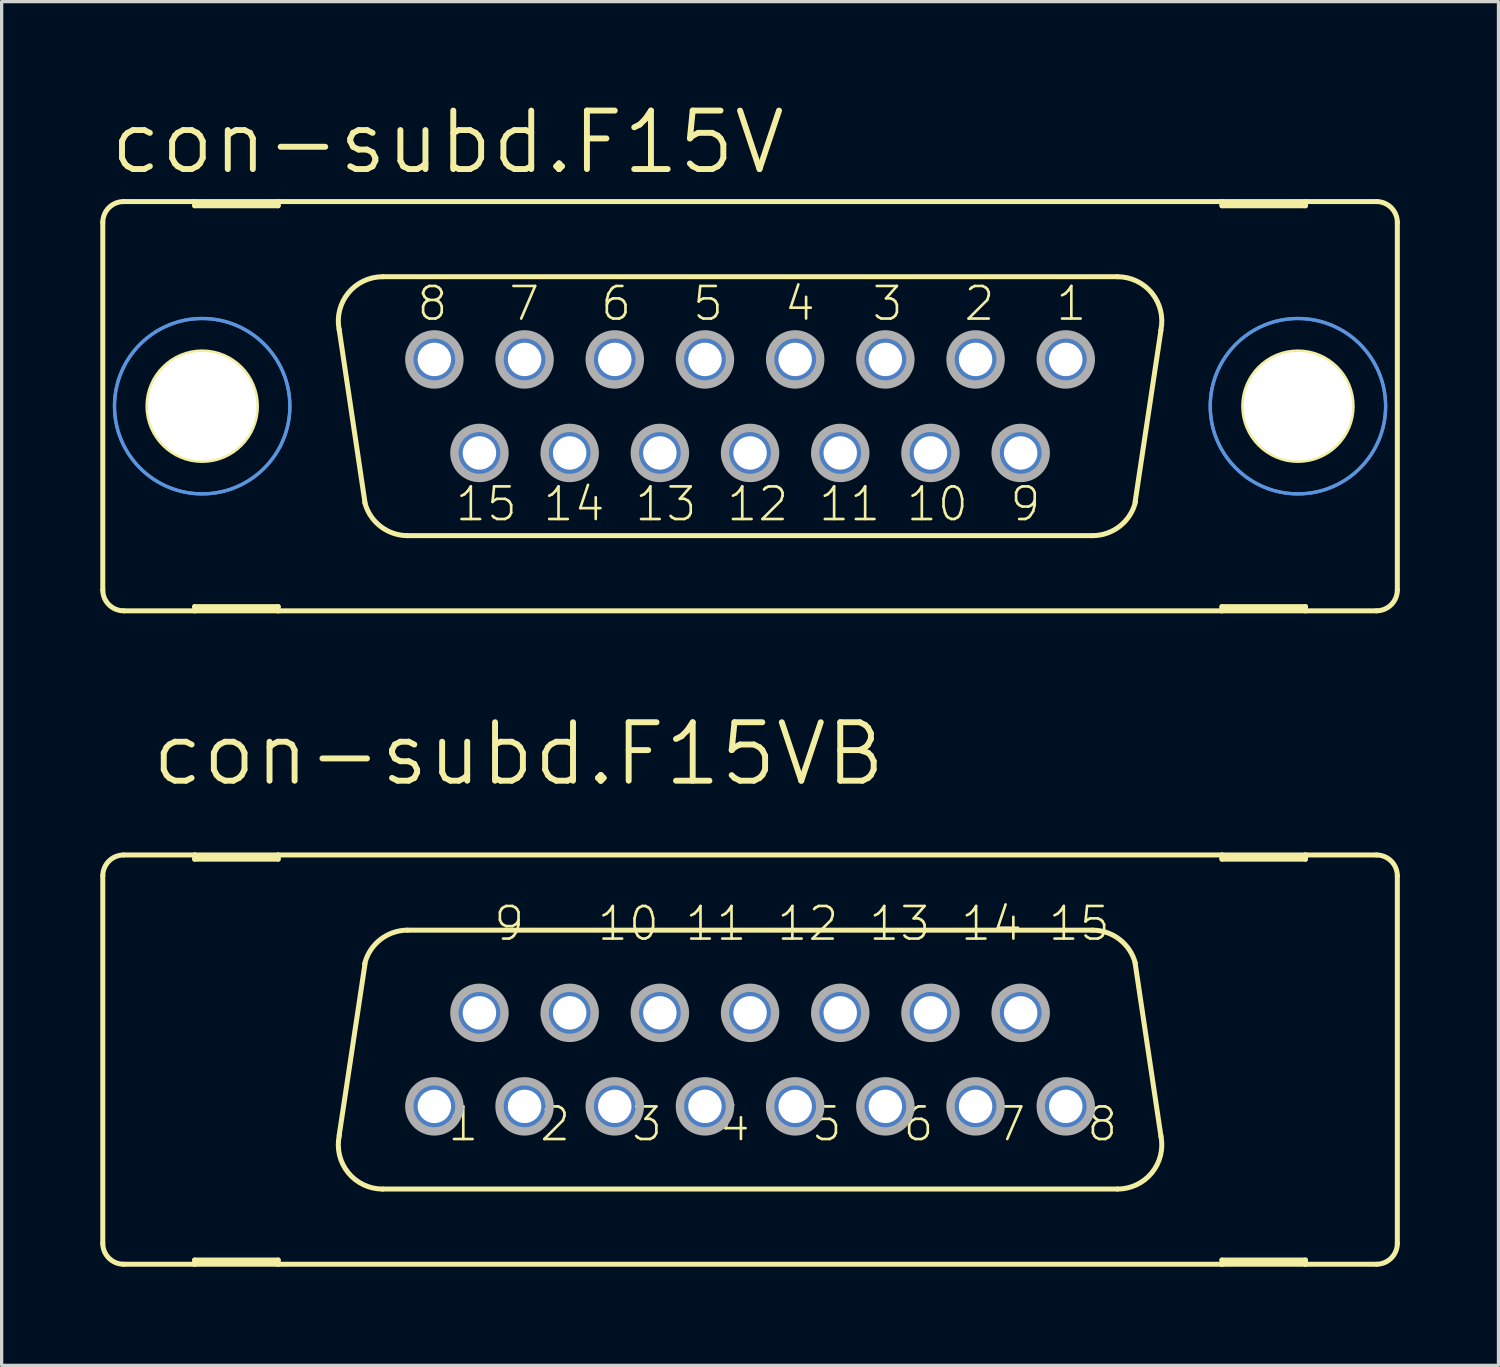
<source format=kicad_pcb>
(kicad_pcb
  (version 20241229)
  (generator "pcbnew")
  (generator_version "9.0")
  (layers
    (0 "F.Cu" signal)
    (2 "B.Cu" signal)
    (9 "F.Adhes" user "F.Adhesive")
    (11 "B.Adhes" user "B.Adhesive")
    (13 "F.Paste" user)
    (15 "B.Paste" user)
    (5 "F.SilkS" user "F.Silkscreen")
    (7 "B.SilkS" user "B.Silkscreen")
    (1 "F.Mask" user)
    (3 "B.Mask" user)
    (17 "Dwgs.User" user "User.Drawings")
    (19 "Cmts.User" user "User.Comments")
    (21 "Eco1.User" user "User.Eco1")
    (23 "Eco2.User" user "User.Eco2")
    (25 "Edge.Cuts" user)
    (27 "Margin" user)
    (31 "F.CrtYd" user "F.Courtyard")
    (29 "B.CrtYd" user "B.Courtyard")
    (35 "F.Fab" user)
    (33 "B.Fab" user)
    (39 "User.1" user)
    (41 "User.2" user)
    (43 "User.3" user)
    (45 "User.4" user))
  (footprint "con-subd.F15V"
    (layer "F.Cu")
    (at 19.761 9.303)
    (property "Reference" "con-subd.F15V" (at -19.558 -6.985 0) (layer "F.SilkS") (effects (font (size 1.778 1.778) (thickness 0.18)) (justify left bottom)))
    (attr through_hole)
    (fp_line (start -19.685 -5.588) (end -19.685 5.588) (stroke (width 0.152) (type default)) (layer "F.SilkS"))
    (fp_line (start -19.05 6.223) (end -16.891 6.223) (stroke (width 0.152) (type default)) (layer "F.SilkS"))
    (fp_line (start -16.891 -6.223) (end -19.05 -6.223) (stroke (width 0.152) (type default)) (layer "F.SilkS"))
    (fp_line (start -16.891 -6.223) (end -16.891 -6.096) (stroke (width 0.152) (type default)) (layer "F.SilkS"))
    (fp_line (start -16.891 -6.096) (end -14.351 -6.096) (stroke (width 0.152) (type default)) (layer "F.SilkS"))
    (fp_line (start -16.891 6.096) (end -14.351 6.096) (stroke (width 0.152) (type default)) (layer "F.SilkS"))
    (fp_line (start -16.891 6.223) (end -16.891 6.096) (stroke (width 0.152) (type default)) (layer "F.SilkS"))
    (fp_line (start -16.891 6.223) (end -14.351 6.223) (stroke (width 0.152) (type default)) (layer "F.SilkS"))
    (fp_line (start -14.351 -6.223) (end -16.891 -6.223) (stroke (width 0.152) (type default)) (layer "F.SilkS"))
    (fp_line (start -14.351 -6.096) (end -14.351 -6.223) (stroke (width 0.152) (type default)) (layer "F.SilkS"))
    (fp_line (start -14.351 6.096) (end -14.351 6.223) (stroke (width 0.152) (type default)) (layer "F.SilkS"))
    (fp_line (start -14.351 6.223) (end 14.351 6.223) (stroke (width 0.152) (type default)) (layer "F.SilkS"))
    (fp_line (start -11.709 2.946) (end -12.497 -2.337) (stroke (width 0.152) (type default)) (layer "F.SilkS"))
    (fp_line (start -11.176 -3.937) (end 11.176 -3.937) (stroke (width 0.152) (type default)) (layer "F.SilkS"))
    (fp_line (start -10.414 3.937) (end 10.414 3.937) (stroke (width 0.152) (type default)) (layer "F.SilkS"))
    (fp_line (start 12.497 -2.311) (end 11.709 2.921) (stroke (width 0.152) (type default)) (layer "F.SilkS"))
    (fp_line (start 14.351 -6.223) (end -14.351 -6.223) (stroke (width 0.152) (type default)) (layer "F.SilkS"))
    (fp_line (start 14.351 -6.223) (end 14.351 -6.096) (stroke (width 0.152) (type default)) (layer "F.SilkS"))
    (fp_line (start 14.351 -6.096) (end 16.891 -6.096) (stroke (width 0.152) (type default)) (layer "F.SilkS"))
    (fp_line (start 14.351 6.096) (end 16.891 6.096) (stroke (width 0.152) (type default)) (layer "F.SilkS"))
    (fp_line (start 14.351 6.223) (end 14.351 6.096) (stroke (width 0.152) (type default)) (layer "F.SilkS"))
    (fp_line (start 14.351 6.223) (end 16.891 6.223) (stroke (width 0.152) (type default)) (layer "F.SilkS"))
    (fp_line (start 16.891 -6.223) (end 14.351 -6.223) (stroke (width 0.152) (type default)) (layer "F.SilkS"))
    (fp_line (start 16.891 -6.096) (end 16.891 -6.223) (stroke (width 0.152) (type default)) (layer "F.SilkS"))
    (fp_line (start 16.891 6.096) (end 16.891 6.223) (stroke (width 0.152) (type default)) (layer "F.SilkS"))
    (fp_line (start 16.891 6.223) (end 19.05 6.223) (stroke (width 0.152) (type default)) (layer "F.SilkS"))
    (fp_line (start 19.05 -6.223) (end 16.891 -6.223) (stroke (width 0.152) (type default)) (layer "F.SilkS"))
    (fp_line (start 19.685 -5.588) (end 19.685 5.588) (stroke (width 0.152) (type default)) (layer "F.SilkS"))
    (fp_arc (start -19.685 -5.588) (mid -19.499013 -6.037013) (end -19.05 -6.223) (stroke (width 0.1524) (type default)) (layer "F.SilkS"))
    (fp_arc (start -19.05 6.223) (mid -19.499013 6.037013) (end -19.685 5.588) (stroke (width 0.1524) (type default)) (layer "F.SilkS"))
    (fp_arc (start -12.4961 -2.3268) (mid -12.217082 -3.444284) (end -11.176 -3.937) (stroke (width 0.1524) (type default)) (layer "F.SilkS"))
    (fp_arc (start -10.414 3.937) (mid -11.2375 3.655746) (end -11.7169 2.9295) (stroke (width 0.1524) (type default)) (layer "F.SilkS"))
    (fp_arc (start 11.176 -3.937) (mid 12.224556 -3.435184) (end 12.4915 -2.3038) (stroke (width 0.1524) (type default)) (layer "F.SilkS"))
    (fp_arc (start 11.7227 2.905) (mid 11.247256 3.647874) (end 10.414 3.937) (stroke (width 0.1524) (type default)) (layer "F.SilkS"))
    (fp_arc (start 19.05 -6.223) (mid 19.499013 -6.037013) (end 19.685 -5.588) (stroke (width 0.1524) (type default)) (layer "F.SilkS"))
    (fp_arc (start 19.685 5.588) (mid 19.499013 6.037013) (end 19.05 6.223) (stroke (width 0.1524) (type default)) (layer "F.SilkS"))
    (fp_circle (center -16.662 0) (end -15.011 0) (stroke (width 0.152) (type default)) (fill no) (layer "F.SilkS"))
    (fp_circle (center 16.662 0) (end 18.313 0) (stroke (width 0.152) (type default)) (fill no) (layer "F.SilkS"))
    (fp_circle (center -16.662 0) (end -13.995 0) (stroke (width 0.1) (type default)) (fill no) (layer "Cmts.User"))
    (fp_circle (center -16.662 0) (end -13.995 0) (stroke (width 0.1) (type default)) (fill no) (layer "Cmts.User"))
    (fp_circle (center 16.662 0) (end 19.329 0) (stroke (width 0.1) (type default)) (fill no) (layer "Cmts.User"))
    (fp_circle (center 16.662 0) (end 19.329 0) (stroke (width 0.1) (type default)) (fill no) (layer "Cmts.User"))
    (fp_circle (center -9.601 -1.422) (end -8.839 -1.422) (stroke (width 0.254) (type default)) (fill no) (layer "F.Fab"))
    (fp_circle (center -8.23 1.422) (end -7.468 1.422) (stroke (width 0.254) (type default)) (fill no) (layer "F.Fab"))
    (fp_circle (center -6.858 -1.422) (end -6.096 -1.422) (stroke (width 0.254) (type default)) (fill no) (layer "F.Fab"))
    (fp_circle (center -5.486 1.422) (end -4.724 1.422) (stroke (width 0.254) (type default)) (fill no) (layer "F.Fab"))
    (fp_circle (center -4.115 -1.422) (end -3.353 -1.422) (stroke (width 0.254) (type default)) (fill no) (layer "F.Fab"))
    (fp_circle (center -2.743 1.422) (end -1.981 1.422) (stroke (width 0.254) (type default)) (fill no) (layer "F.Fab"))
    (fp_circle (center -1.372 -1.422) (end -0.61 -1.422) (stroke (width 0.254) (type default)) (fill no) (layer "F.Fab"))
    (fp_circle (center 0 1.422) (end 0.762 1.422) (stroke (width 0.254) (type default)) (fill no) (layer "F.Fab"))
    (fp_circle (center 1.372 -1.422) (end 2.134 -1.422) (stroke (width 0.254) (type default)) (fill no) (layer "F.Fab"))
    (fp_circle (center 2.743 1.422) (end 3.505 1.422) (stroke (width 0.254) (type default)) (fill no) (layer "F.Fab"))
    (fp_circle (center 4.115 -1.422) (end 4.877 -1.422) (stroke (width 0.254) (type default)) (fill no) (layer "F.Fab"))
    (fp_circle (center 5.486 1.422) (end 6.248 1.422) (stroke (width 0.254) (type default)) (fill no) (layer "F.Fab"))
    (fp_circle (center 6.858 -1.422) (end 7.62 -1.422) (stroke (width 0.254) (type default)) (fill no) (layer "F.Fab"))
    (fp_circle (center 8.23 1.422) (end 8.992 1.422) (stroke (width 0.254) (type default)) (fill no) (layer "F.Fab"))
    (fp_circle (center 9.601 -1.422) (end 10.363 -1.422) (stroke (width 0.254) (type default)) (fill no) (layer "F.Fab"))
    (fp_text user "13" (at -3.556 3.556 0) (layer "F.SilkS") (effects (font (size 0.991 0.991) (thickness 0.08)) (justify left bottom)))
    (fp_text user "14" (at -6.35 3.556 0) (layer "F.SilkS") (effects (font (size 0.991 0.991) (thickness 0.08)) (justify left bottom)))
    (fp_text user "12" (at -0.762 3.556 0) (layer "F.SilkS") (effects (font (size 0.991 0.991) (thickness 0.08)) (justify left bottom)))
    (fp_text user "5" (at -1.803 -2.54 0) (layer "F.SilkS") (effects (font (size 0.991 0.991) (thickness 0.08)) (justify left bottom)))
    (fp_text user "4" (at 0.991 -2.54 0) (layer "F.SilkS") (effects (font (size 0.991 0.991) (thickness 0.08)) (justify left bottom)))
    (fp_text user "9" (at 7.849 3.556 0) (layer "F.SilkS") (effects (font (size 0.991 0.991) (thickness 0.08)) (justify left bottom)))
    (fp_text user "10" (at 4.699 3.556 0) (layer "F.SilkS") (effects (font (size 0.991 0.991) (thickness 0.08)) (justify left bottom)))
    (fp_text user "2" (at 6.452 -2.54 0) (layer "F.SilkS") (effects (font (size 0.991 0.991) (thickness 0.08)) (justify left bottom)))
    (fp_text user "11" (at 2.032 3.556 0) (layer "F.SilkS") (effects (font (size 0.991 0.991) (thickness 0.08)) (justify left bottom)))
    (fp_text user "8" (at -10.185 -2.54 0) (layer "F.SilkS") (effects (font (size 0.991 0.991) (thickness 0.08)) (justify left bottom)))
    (fp_text user "3" (at 3.658 -2.54 0) (layer "F.SilkS") (effects (font (size 0.991 0.991) (thickness 0.08)) (justify left bottom)))
    (fp_text user "7" (at -7.391 -2.54 0) (layer "F.SilkS") (effects (font (size 0.991 0.991) (thickness 0.08)) (justify left bottom)))
    (fp_text user "15" (at -9.017 3.556 0) (layer "F.SilkS") (effects (font (size 0.991 0.991) (thickness 0.08)) (justify left bottom)))
    (fp_text user "6" (at -4.597 -2.54 0) (layer "F.SilkS") (effects (font (size 0.991 0.991) (thickness 0.08)) (justify left bottom)))
    (fp_text user "1" (at 9.246 -2.54 0) (layer "F.SilkS") (effects (font (size 0.991 0.991) (thickness 0.08)) (justify left bottom)))
    (pad "" np_thru_hole circle (at -16.662 0) (size 3.302 3.302) (drill 3.302) (layers "*.Cu" "*.Mask"))
    (pad "" np_thru_hole circle (at 16.662 0) (size 3.302 3.302) (drill 3.302) (layers "*.Cu" "*.Mask"))
    (pad "1" thru_hole circle (at 9.601 -1.422) (size 1.524 1.524) (drill 1.016) (layers "*.Cu" "*.Mask"))
    (pad "2" thru_hole circle (at 6.858 -1.422) (size 1.524 1.524) (drill 1.016) (layers "*.Cu" "*.Mask"))
    (pad "3" thru_hole circle (at 4.115 -1.422) (size 1.524 1.524) (drill 1.016) (layers "*.Cu" "*.Mask"))
    (pad "4" thru_hole circle (at 1.372 -1.422) (size 1.524 1.524) (drill 1.016) (layers "*.Cu" "*.Mask"))
    (pad "5" thru_hole circle (at -1.372 -1.422) (size 1.524 1.524) (drill 1.016) (layers "*.Cu" "*.Mask"))
    (pad "6" thru_hole circle (at -4.115 -1.422) (size 1.524 1.524) (drill 1.016) (layers "*.Cu" "*.Mask"))
    (pad "7" thru_hole circle (at -6.858 -1.422) (size 1.524 1.524) (drill 1.016) (layers "*.Cu" "*.Mask"))
    (pad "8" thru_hole circle (at -9.601 -1.422) (size 1.524 1.524) (drill 1.016) (layers "*.Cu" "*.Mask"))
    (pad "9" thru_hole circle (at 8.23 1.422) (size 1.524 1.524) (drill 1.016) (layers "*.Cu" "*.Mask"))
    (pad "10" thru_hole circle (at 5.486 1.422) (size 1.524 1.524) (drill 1.016) (layers "*.Cu" "*.Mask"))
    (pad "11" thru_hole circle (at 2.743 1.422) (size 1.524 1.524) (drill 1.016) (layers "*.Cu" "*.Mask"))
    (pad "12" thru_hole circle (at 0 1.422) (size 1.524 1.524) (drill 1.016) (layers "*.Cu" "*.Mask"))
    (pad "13" thru_hole circle (at -2.743 1.422) (size 1.524 1.524) (drill 1.016) (layers "*.Cu" "*.Mask"))
    (pad "14" thru_hole circle (at -5.486 1.422) (size 1.524 1.524) (drill 1.016) (layers "*.Cu" "*.Mask"))
    (pad "15" thru_hole circle (at -8.23 1.422) (size 1.524 1.524) (drill 1.016) (layers "*.Cu" "*.Mask")))
  (footprint "con-subd.F15VB"
    (layer "F.Cu")
    (at 19.761 29.175)
    (property "Reference" "con-subd.F15VB" (at -18.288 -8.255 0) (layer "F.SilkS") (effects (font (size 1.778 1.778) (thickness 0.18)) (justify left bottom)))
    (attr through_hole)
    (fp_line (start -19.685 5.588) (end -19.685 -5.588) (stroke (width 0.152) (type default)) (layer "F.SilkS"))
    (fp_line (start -19.05 6.223) (end -16.891 6.223) (stroke (width 0.152) (type default)) (layer "F.SilkS"))
    (fp_line (start -16.891 -6.223) (end -19.05 -6.223) (stroke (width 0.152) (type default)) (layer "F.SilkS"))
    (fp_line (start -16.891 -6.096) (end -16.891 -6.223) (stroke (width 0.152) (type default)) (layer "F.SilkS"))
    (fp_line (start -16.891 6.096) (end -16.891 6.223) (stroke (width 0.152) (type default)) (layer "F.SilkS"))
    (fp_line (start -16.891 6.223) (end -14.351 6.223) (stroke (width 0.152) (type default)) (layer "F.SilkS"))
    (fp_line (start -14.351 -6.223) (end -16.891 -6.223) (stroke (width 0.152) (type default)) (layer "F.SilkS"))
    (fp_line (start -14.351 -6.223) (end -14.351 -6.096) (stroke (width 0.152) (type default)) (layer "F.SilkS"))
    (fp_line (start -14.351 -6.096) (end -16.891 -6.096) (stroke (width 0.152) (type default)) (layer "F.SilkS"))
    (fp_line (start -14.351 6.096) (end -16.891 6.096) (stroke (width 0.152) (type default)) (layer "F.SilkS"))
    (fp_line (start -14.351 6.223) (end -14.351 6.096) (stroke (width 0.152) (type default)) (layer "F.SilkS"))
    (fp_line (start -14.351 6.223) (end 14.351 6.223) (stroke (width 0.152) (type default)) (layer "F.SilkS"))
    (fp_line (start -12.497 2.311) (end -11.709 -2.921) (stroke (width 0.152) (type default)) (layer "F.SilkS"))
    (fp_line (start 10.414 -3.937) (end -10.414 -3.937) (stroke (width 0.152) (type default)) (layer "F.SilkS"))
    (fp_line (start 11.176 3.937) (end -11.176 3.937) (stroke (width 0.152) (type default)) (layer "F.SilkS"))
    (fp_line (start 11.709 -2.946) (end 12.497 2.337) (stroke (width 0.152) (type default)) (layer "F.SilkS"))
    (fp_line (start 14.351 -6.223) (end -14.351 -6.223) (stroke (width 0.152) (type default)) (layer "F.SilkS"))
    (fp_line (start 14.351 -6.096) (end 14.351 -6.223) (stroke (width 0.152) (type default)) (layer "F.SilkS"))
    (fp_line (start 14.351 6.096) (end 14.351 6.223) (stroke (width 0.152) (type default)) (layer "F.SilkS"))
    (fp_line (start 14.351 6.223) (end 16.891 6.223) (stroke (width 0.152) (type default)) (layer "F.SilkS"))
    (fp_line (start 16.891 -6.223) (end 14.351 -6.223) (stroke (width 0.152) (type default)) (layer "F.SilkS"))
    (fp_line (start 16.891 -6.223) (end 16.891 -6.096) (stroke (width 0.152) (type default)) (layer "F.SilkS"))
    (fp_line (start 16.891 -6.096) (end 14.351 -6.096) (stroke (width 0.152) (type default)) (layer "F.SilkS"))
    (fp_line (start 16.891 6.096) (end 14.351 6.096) (stroke (width 0.152) (type default)) (layer "F.SilkS"))
    (fp_line (start 16.891 6.223) (end 16.891 6.096) (stroke (width 0.152) (type default)) (layer "F.SilkS"))
    (fp_line (start 16.891 6.223) (end 19.05 6.223) (stroke (width 0.152) (type default)) (layer "F.SilkS"))
    (fp_line (start 19.05 -6.223) (end 16.891 -6.223) (stroke (width 0.152) (type default)) (layer "F.SilkS"))
    (fp_line (start 19.685 5.588) (end 19.685 -5.588) (stroke (width 0.152) (type default)) (layer "F.SilkS"))
    (fp_arc (start -19.685 -5.588) (mid -19.499013 -6.037013) (end -19.05 -6.223) (stroke (width 0.1524) (type default)) (layer "F.SilkS"))
    (fp_arc (start -19.05 6.223) (mid -19.499013 6.037013) (end -19.685 5.588) (stroke (width 0.1524) (type default)) (layer "F.SilkS"))
    (fp_arc (start -11.7227 -2.905) (mid -11.247256 -3.647874) (end -10.414 -3.937) (stroke (width 0.1524) (type default)) (layer "F.SilkS"))
    (fp_arc (start -11.176 3.937) (mid -12.224556 3.435184) (end -12.4915 2.3038) (stroke (width 0.1524) (type default)) (layer "F.SilkS"))
    (fp_arc (start 10.414 -3.937) (mid 11.2375 -3.655746) (end 11.7169 -2.9295) (stroke (width 0.1524) (type default)) (layer "F.SilkS"))
    (fp_arc (start 12.4961 2.3268) (mid 12.217082 3.444284) (end 11.176 3.937) (stroke (width 0.1524) (type default)) (layer "F.SilkS"))
    (fp_arc (start 19.05 -6.223) (mid 19.499013 -6.037013) (end 19.685 -5.588) (stroke (width 0.1524) (type default)) (layer "F.SilkS"))
    (fp_arc (start 19.685 5.588) (mid 19.499013 6.037013) (end 19.05 6.223) (stroke (width 0.1524) (type default)) (layer "F.SilkS"))
    (fp_circle (center -9.601 1.422) (end -8.839 1.422) (stroke (width 0.254) (type default)) (fill no) (layer "F.Fab"))
    (fp_circle (center -8.23 -1.422) (end -7.468 -1.422) (stroke (width 0.254) (type default)) (fill no) (layer "F.Fab"))
    (fp_circle (center -6.858 1.422) (end -6.096 1.422) (stroke (width 0.254) (type default)) (fill no) (layer "F.Fab"))
    (fp_circle (center -5.486 -1.422) (end -4.724 -1.422) (stroke (width 0.254) (type default)) (fill no) (layer "F.Fab"))
    (fp_circle (center -4.115 1.422) (end -3.353 1.422) (stroke (width 0.254) (type default)) (fill no) (layer "F.Fab"))
    (fp_circle (center -2.743 -1.422) (end -1.981 -1.422) (stroke (width 0.254) (type default)) (fill no) (layer "F.Fab"))
    (fp_circle (center -1.372 1.422) (end -0.61 1.422) (stroke (width 0.254) (type default)) (fill no) (layer "F.Fab"))
    (fp_circle (center 0 -1.422) (end 0.762 -1.422) (stroke (width 0.254) (type default)) (fill no) (layer "F.Fab"))
    (fp_circle (center 1.372 1.422) (end 2.134 1.422) (stroke (width 0.254) (type default)) (fill no) (layer "F.Fab"))
    (fp_circle (center 2.743 -1.422) (end 3.505 -1.422) (stroke (width 0.254) (type default)) (fill no) (layer "F.Fab"))
    (fp_circle (center 4.115 1.422) (end 4.877 1.422) (stroke (width 0.254) (type default)) (fill no) (layer "F.Fab"))
    (fp_circle (center 5.486 -1.422) (end 6.248 -1.422) (stroke (width 0.254) (type default)) (fill no) (layer "F.Fab"))
    (fp_circle (center 6.858 1.422) (end 7.62 1.422) (stroke (width 0.254) (type default)) (fill no) (layer "F.Fab"))
    (fp_circle (center 8.23 -1.422) (end 8.992 -1.422) (stroke (width 0.254) (type default)) (fill no) (layer "F.Fab"))
    (fp_circle (center 9.601 1.422) (end 10.363 1.422) (stroke (width 0.254) (type default)) (fill no) (layer "F.Fab"))
    (fp_text user "7" (at 7.391 2.54 180) (layer "F.SilkS") (effects (font (size 0.991 0.991) (thickness 0.08)) (justify left bottom)))
    (fp_text user "8" (at 10.185 2.54 180) (layer "F.SilkS") (effects (font (size 0.991 0.991) (thickness 0.08)) (justify left bottom)))
    (fp_text user "2" (at -6.452 2.54 180) (layer "F.SilkS") (effects (font (size 0.991 0.991) (thickness 0.08)) (justify left bottom)))
    (fp_text user "5" (at 1.803 2.54 180) (layer "F.SilkS") (effects (font (size 0.991 0.991) (thickness 0.08)) (justify left bottom)))
    (fp_text user "6" (at 4.597 2.54 180) (layer "F.SilkS") (effects (font (size 0.991 0.991) (thickness 0.08)) (justify left bottom)))
    (fp_text user "13" (at 3.556 -3.556 180) (layer "F.SilkS") (effects (font (size 0.991 0.991) (thickness 0.08)) (justify left bottom)))
    (fp_text user "12" (at 0.762 -3.556 180) (layer "F.SilkS") (effects (font (size 0.991 0.991) (thickness 0.08)) (justify left bottom)))
    (fp_text user "11" (at -2.032 -3.556 180) (layer "F.SilkS") (effects (font (size 0.991 0.991) (thickness 0.08)) (justify left bottom)))
    (fp_text user "3" (at -3.658 2.54 180) (layer "F.SilkS") (effects (font (size 0.991 0.991) (thickness 0.08)) (justify left bottom)))
    (fp_text user "10" (at -4.699 -3.556 180) (layer "F.SilkS") (effects (font (size 0.991 0.991) (thickness 0.08)) (justify left bottom)))
    (fp_text user "9" (at -7.849 -3.556 180) (layer "F.SilkS") (effects (font (size 0.991 0.991) (thickness 0.08)) (justify left bottom)))
    (fp_text user "14" (at 6.35 -3.556 180) (layer "F.SilkS") (effects (font (size 0.991 0.991) (thickness 0.08)) (justify left bottom)))
    (fp_text user "4" (at -0.991 2.54 180) (layer "F.SilkS") (effects (font (size 0.991 0.991) (thickness 0.08)) (justify left bottom)))
    (fp_text user "1" (at -9.246 2.54 180) (layer "F.SilkS") (effects (font (size 0.991 0.991) (thickness 0.08)) (justify left bottom)))
    (fp_text user "15" (at 9.017 -3.556 180) (layer "F.SilkS") (effects (font (size 0.991 0.991) (thickness 0.08)) (justify left bottom)))
    (pad "1" thru_hole circle (at -9.601 1.422) (size 1.524 1.524) (drill 1.016) (layers "*.Cu" "*.Mask"))
    (pad "2" thru_hole circle (at -6.858 1.422) (size 1.524 1.524) (drill 1.016) (layers "*.Cu" "*.Mask"))
    (pad "3" thru_hole circle (at -4.115 1.422) (size 1.524 1.524) (drill 1.016) (layers "*.Cu" "*.Mask"))
    (pad "4" thru_hole circle (at -1.372 1.422) (size 1.524 1.524) (drill 1.016) (layers "*.Cu" "*.Mask"))
    (pad "5" thru_hole circle (at 1.372 1.422) (size 1.524 1.524) (drill 1.016) (layers "*.Cu" "*.Mask"))
    (pad "6" thru_hole circle (at 4.115 1.422) (size 1.524 1.524) (drill 1.016) (layers "*.Cu" "*.Mask"))
    (pad "7" thru_hole circle (at 6.858 1.422) (size 1.524 1.524) (drill 1.016) (layers "*.Cu" "*.Mask"))
    (pad "8" thru_hole circle (at 9.601 1.422) (size 1.524 1.524) (drill 1.016) (layers "*.Cu" "*.Mask"))
    (pad "9" thru_hole circle (at -8.23 -1.422) (size 1.524 1.524) (drill 1.016) (layers "*.Cu" "*.Mask"))
    (pad "10" thru_hole circle (at -5.486 -1.422) (size 1.524 1.524) (drill 1.016) (layers "*.Cu" "*.Mask"))
    (pad "11" thru_hole circle (at -2.743 -1.422) (size 1.524 1.524) (drill 1.016) (layers "*.Cu" "*.Mask"))
    (pad "12" thru_hole circle (at 0 -1.422) (size 1.524 1.524) (drill 1.016) (layers "*.Cu" "*.Mask"))
    (pad "13" thru_hole circle (at 2.743 -1.422) (size 1.524 1.524) (drill 1.016) (layers "*.Cu" "*.Mask"))
    (pad "14" thru_hole circle (at 5.486 -1.422) (size 1.524 1.524) (drill 1.016) (layers "*.Cu" "*.Mask"))
    (pad "15" thru_hole circle (at 8.23 -1.422) (size 1.524 1.524) (drill 1.016) (layers "*.Cu" "*.Mask")))
  (gr_rect
    (start -3 -3)
    (end 42.522 38.474)
    (stroke (width 0.1) (type default))
    (fill no)
    (layer "Edge.Cuts")))
</source>
